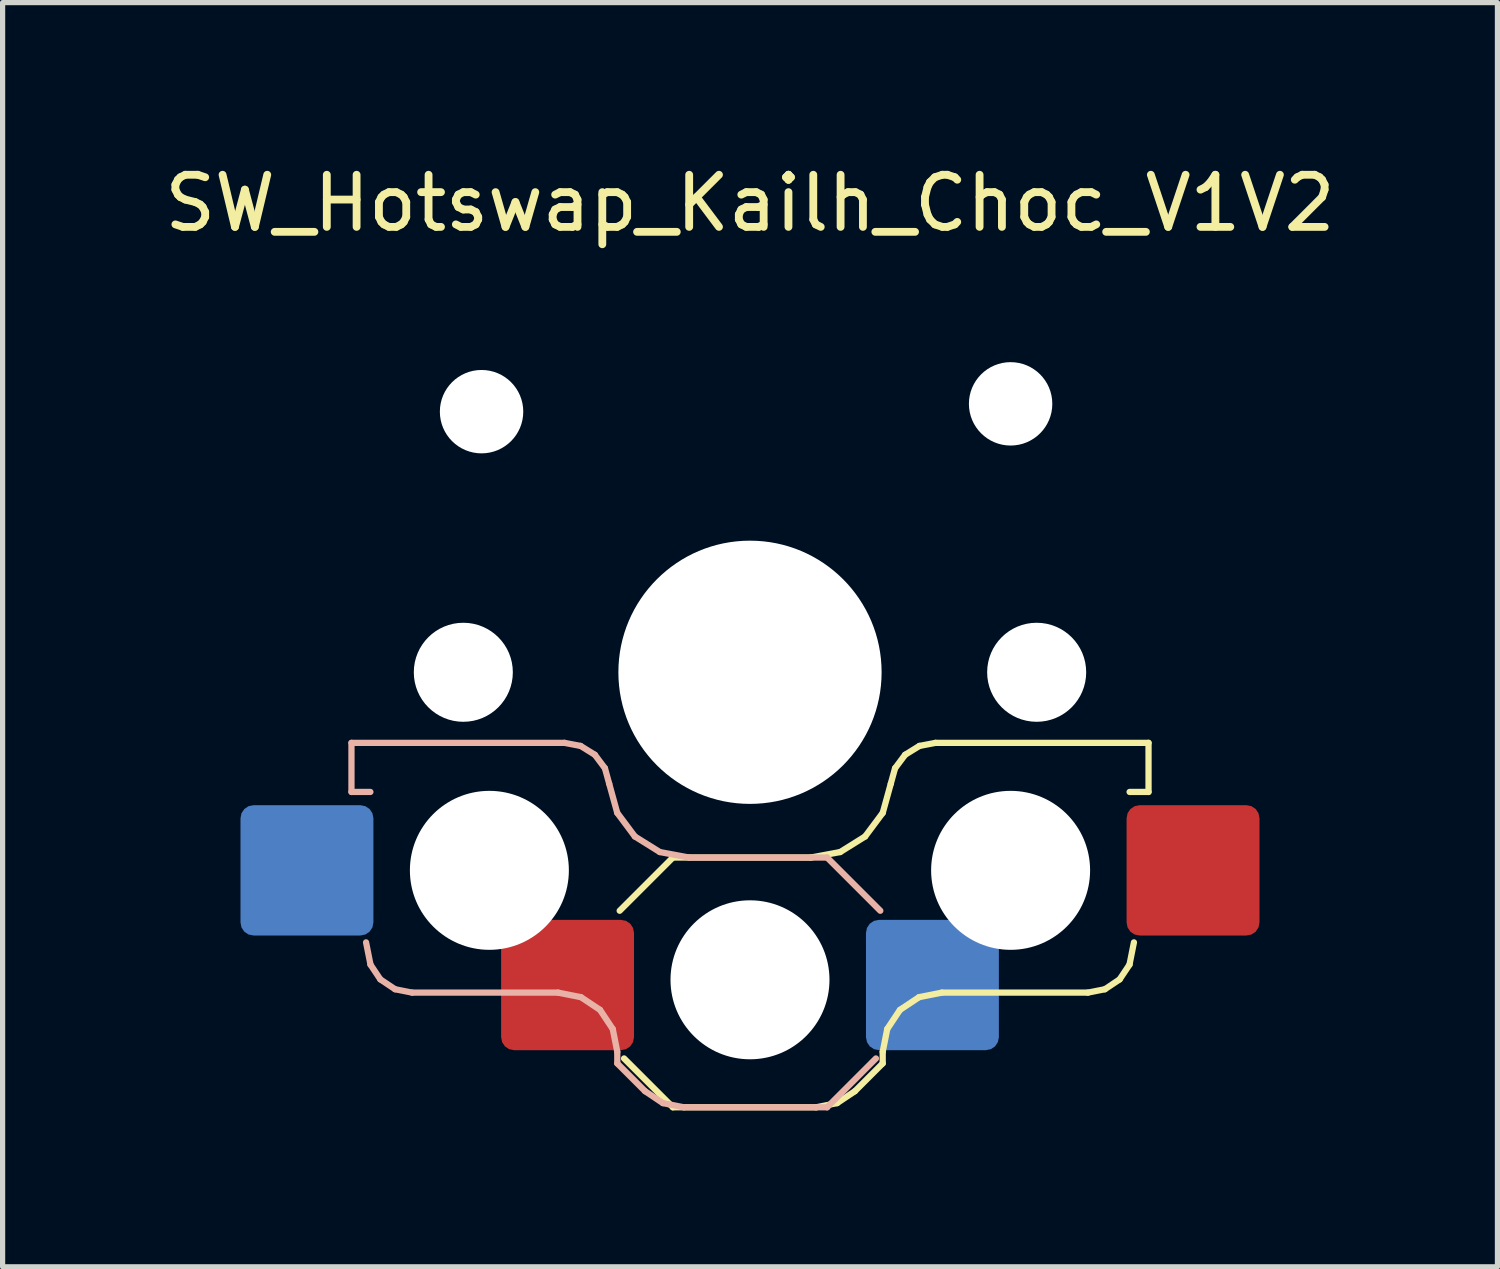
<source format=kicad_pcb>
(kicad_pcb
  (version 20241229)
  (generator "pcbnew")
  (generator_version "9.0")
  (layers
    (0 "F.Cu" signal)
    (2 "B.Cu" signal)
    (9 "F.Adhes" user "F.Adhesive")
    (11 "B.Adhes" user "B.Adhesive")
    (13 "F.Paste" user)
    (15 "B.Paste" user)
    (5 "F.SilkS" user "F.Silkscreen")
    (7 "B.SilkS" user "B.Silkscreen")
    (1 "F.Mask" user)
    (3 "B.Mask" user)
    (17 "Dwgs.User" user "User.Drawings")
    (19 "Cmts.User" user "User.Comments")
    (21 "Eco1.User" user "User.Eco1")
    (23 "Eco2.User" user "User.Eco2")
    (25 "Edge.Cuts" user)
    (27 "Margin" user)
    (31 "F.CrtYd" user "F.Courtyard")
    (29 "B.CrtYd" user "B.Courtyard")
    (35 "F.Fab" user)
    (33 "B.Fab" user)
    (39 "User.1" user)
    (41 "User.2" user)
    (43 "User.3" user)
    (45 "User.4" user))
  (footprint "SW_Hotswap_Kailh_Choc_V1V2"
    (layer "F.Cu")
    (at 11.339 9.848)
    (property "Reference" "SW_Hotswap_Kailh_Choc_V1V2" (at 0 -9 0) (layer "F.SilkS") (effects (font (size 1 1) (thickness 0.15))))
    (attr smd)
    (fp_line (start -2.416 7.409) (end -1.479 8.346) (stroke (width 0.12) (type solid)) (layer "F.SilkS"))
    (fp_line (start -1.479 3.554) (end -2.5 4.575) (stroke (width 0.12) (type solid)) (layer "F.SilkS"))
    (fp_line (start -1.479 8.346) (end 1.268 8.346) (stroke (width 0.12) (type solid)) (layer "F.SilkS"))
    (fp_line (start 1.168 3.554) (end -1.479 3.554) (stroke (width 0.12) (type solid)) (layer "F.SilkS"))
    (fp_line (start 1.268 8.346) (end 1.671 8.266) (stroke (width 0.12) (type solid)) (layer "F.SilkS"))
    (fp_line (start 1.671 8.266) (end 2.013 8.037) (stroke (width 0.12) (type solid)) (layer "F.SilkS"))
    (fp_line (start 1.73 3.449) (end 1.168 3.554) (stroke (width 0.12) (type solid)) (layer "F.SilkS"))
    (fp_line (start 2.013 8.037) (end 2.546 7.504) (stroke (width 0.12) (type solid)) (layer "F.SilkS"))
    (fp_line (start 2.209 3.15) (end 1.73 3.449) (stroke (width 0.12) (type solid)) (layer "F.SilkS"))
    (fp_line (start 2.546 7.282) (end 2.633 6.844) (stroke (width 0.12) (type solid)) (layer "F.SilkS"))
    (fp_line (start 2.546 7.504) (end 2.546 7.282) (stroke (width 0.12) (type solid)) (layer "F.SilkS"))
    (fp_line (start 2.547 2.697) (end 2.209 3.15) (stroke (width 0.12) (type solid)) (layer "F.SilkS"))
    (fp_line (start 2.633 6.844) (end 2.877 6.477) (stroke (width 0.12) (type solid)) (layer "F.SilkS"))
    (fp_line (start 2.701 2.139) (end 2.547 2.697) (stroke (width 0.12) (type solid)) (layer "F.SilkS"))
    (fp_line (start 2.783 1.841) (end 2.701 2.139) (stroke (width 0.12) (type solid)) (layer "F.SilkS"))
    (fp_line (start 2.877 6.477) (end 3.244 6.233) (stroke (width 0.12) (type solid)) (layer "F.SilkS"))
    (fp_line (start 2.976 1.583) (end 2.783 1.841) (stroke (width 0.12) (type solid)) (layer "F.SilkS"))
    (fp_line (start 3.244 6.233) (end 3.682 6.146) (stroke (width 0.12) (type solid)) (layer "F.SilkS"))
    (fp_line (start 3.25 1.413) (end 2.976 1.583) (stroke (width 0.12) (type solid)) (layer "F.SilkS"))
    (fp_line (start 3.56 1.354) (end 3.25 1.413) (stroke (width 0.12) (type solid)) (layer "F.SilkS"))
    (fp_line (start 3.682 6.146) (end 6.482 6.146) (stroke (width 0.12) (type solid)) (layer "F.SilkS"))
    (fp_line (start 6.482 6.146) (end 6.809 6.081) (stroke (width 0.12) (type solid)) (layer "F.SilkS"))
    (fp_line (start 6.809 6.081) (end 7.092 5.892) (stroke (width 0.12) (type solid)) (layer "F.SilkS"))
    (fp_line (start 7.092 5.892) (end 7.281 5.609) (stroke (width 0.12) (type solid)) (layer "F.SilkS"))
    (fp_line (start 7.281 5.609) (end 7.366 5.182) (stroke (width 0.12) (type solid)) (layer "F.SilkS"))
    (fp_line (start 7.283 2.296) (end 7.646 2.296) (stroke (width 0.12) (type solid)) (layer "F.SilkS"))
    (fp_line (start 7.646 1.354) (end 3.56 1.354) (stroke (width 0.12) (type solid)) (layer "F.SilkS"))
    (fp_line (start 7.646 2.296) (end 7.646 1.354) (stroke (width 0.12) (type solid)) (layer "F.SilkS"))
    (fp_line (start -7.646 1.354) (end -3.56 1.354) (stroke (width 0.12) (type solid)) (layer "B.SilkS"))
    (fp_line (start -7.646 2.296) (end -7.646 1.354) (stroke (width 0.12) (type solid)) (layer "B.SilkS"))
    (fp_line (start -7.283 2.296) (end -7.646 2.296) (stroke (width 0.12) (type solid)) (layer "B.SilkS"))
    (fp_line (start -7.281 5.609) (end -7.366 5.182) (stroke (width 0.12) (type solid)) (layer "B.SilkS"))
    (fp_line (start -7.092 5.892) (end -7.281 5.609) (stroke (width 0.12) (type solid)) (layer "B.SilkS"))
    (fp_line (start -6.809 6.081) (end -7.092 5.892) (stroke (width 0.12) (type solid)) (layer "B.SilkS"))
    (fp_line (start -6.482 6.146) (end -6.809 6.081) (stroke (width 0.12) (type solid)) (layer "B.SilkS"))
    (fp_line (start -3.682 6.146) (end -6.482 6.146) (stroke (width 0.12) (type solid)) (layer "B.SilkS"))
    (fp_line (start -3.56 1.354) (end -3.25 1.413) (stroke (width 0.12) (type solid)) (layer "B.SilkS"))
    (fp_line (start -3.25 1.413) (end -2.976 1.583) (stroke (width 0.12) (type solid)) (layer "B.SilkS"))
    (fp_line (start -3.244 6.233) (end -3.682 6.146) (stroke (width 0.12) (type solid)) (layer "B.SilkS"))
    (fp_line (start -2.976 1.583) (end -2.783 1.841) (stroke (width 0.12) (type solid)) (layer "B.SilkS"))
    (fp_line (start -2.877 6.477) (end -3.244 6.233) (stroke (width 0.12) (type solid)) (layer "B.SilkS"))
    (fp_line (start -2.783 1.841) (end -2.701 2.139) (stroke (width 0.12) (type solid)) (layer "B.SilkS"))
    (fp_line (start -2.701 2.139) (end -2.547 2.697) (stroke (width 0.12) (type solid)) (layer "B.SilkS"))
    (fp_line (start -2.633 6.844) (end -2.877 6.477) (stroke (width 0.12) (type solid)) (layer "B.SilkS"))
    (fp_line (start -2.547 2.697) (end -2.209 3.15) (stroke (width 0.12) (type solid)) (layer "B.SilkS"))
    (fp_line (start -2.546 7.282) (end -2.633 6.844) (stroke (width 0.12) (type solid)) (layer "B.SilkS"))
    (fp_line (start -2.546 7.504) (end -2.546 7.282) (stroke (width 0.12) (type solid)) (layer "B.SilkS"))
    (fp_line (start -2.209 3.15) (end -1.73 3.449) (stroke (width 0.12) (type solid)) (layer "B.SilkS"))
    (fp_line (start -2.013 8.037) (end -2.546 7.504) (stroke (width 0.12) (type solid)) (layer "B.SilkS"))
    (fp_line (start -1.73 3.449) (end -1.168 3.554) (stroke (width 0.12) (type solid)) (layer "B.SilkS"))
    (fp_line (start -1.671 8.266) (end -2.013 8.037) (stroke (width 0.12) (type solid)) (layer "B.SilkS"))
    (fp_line (start -1.268 8.346) (end -1.671 8.266) (stroke (width 0.12) (type solid)) (layer "B.SilkS"))
    (fp_line (start -1.168 3.554) (end 1.479 3.554) (stroke (width 0.12) (type solid)) (layer "B.SilkS"))
    (fp_line (start 1.479 3.554) (end 2.5 4.575) (stroke (width 0.12) (type solid)) (layer "B.SilkS"))
    (fp_line (start 1.479 8.346) (end -1.268 8.346) (stroke (width 0.12) (type solid)) (layer "B.SilkS"))
    (fp_line (start 2.416 7.409) (end 1.479 8.346) (stroke (width 0.12) (type solid)) (layer "B.SilkS"))
    (pad "" np_thru_hole circle (at -5.5 0 180) (size 1.9 1.9) (drill 1.9) (layers "*.Cu" "*.Mask"))
    (pad "" np_thru_hole circle (at -5.15 -5 270) (size 1.6 1.6) (drill 1.6) (layers "*.Cu" "*.Mask"))
    (pad "" np_thru_hole circle (at -5 3.8 180) (size 3.05 3.05) (drill 3.05) (layers "*.Cu" "*.Mask"))
    (pad "" np_thru_hole circle (at 0 0 270) (size 5.05 5.05) (drill 5.05) (layers "*.Cu" "*.Mask"))
    (pad "" np_thru_hole circle (at 0 5.9 180) (size 3.05 3.05) (drill 3.05) (layers "*.Cu" "*.Mask"))
    (pad "" np_thru_hole circle (at 5 -5.15 180) (size 1.6 1.6) (drill 1.6) (layers "*.Cu" "*.Mask"))
    (pad "" np_thru_hole circle (at 5 3.8 180) (size 3.05 3.05) (drill 3.05) (layers "*.Cu" "*.Mask"))
    (pad "" np_thru_hole circle (at 5.5 0 180) (size 1.9 1.9) (drill 1.9) (layers "*.Cu" "*.Mask"))
    (pad "1" smd roundrect (at -3.5 6 180) (size 2.55 2.5) (layers "F.Cu" "F.Mask" "F.Paste") (roundrect_rratio 0.1))
    (pad "1" smd roundrect (at 3.5 6 180) (size 2.55 2.5) (layers "B.Cu" "B.Mask" "B.Paste") (roundrect_rratio 0.1))
    (pad "2" smd roundrect (at -8.5 3.8 180) (size 2.55 2.5) (layers "B.Cu" "B.Mask" "B.Paste") (roundrect_rratio 0.1))
    (pad "2" smd roundrect (at 8.5 3.8 180) (size 2.55 2.5) (layers "F.Cu" "F.Mask" "F.Paste") (roundrect_rratio 0.1)))
  (gr_rect
    (start -3 -3)
    (end 25.679 21.254)
    (stroke (width 0.1) (type default))
    (fill no)
    (layer "Edge.Cuts")))
</source>
